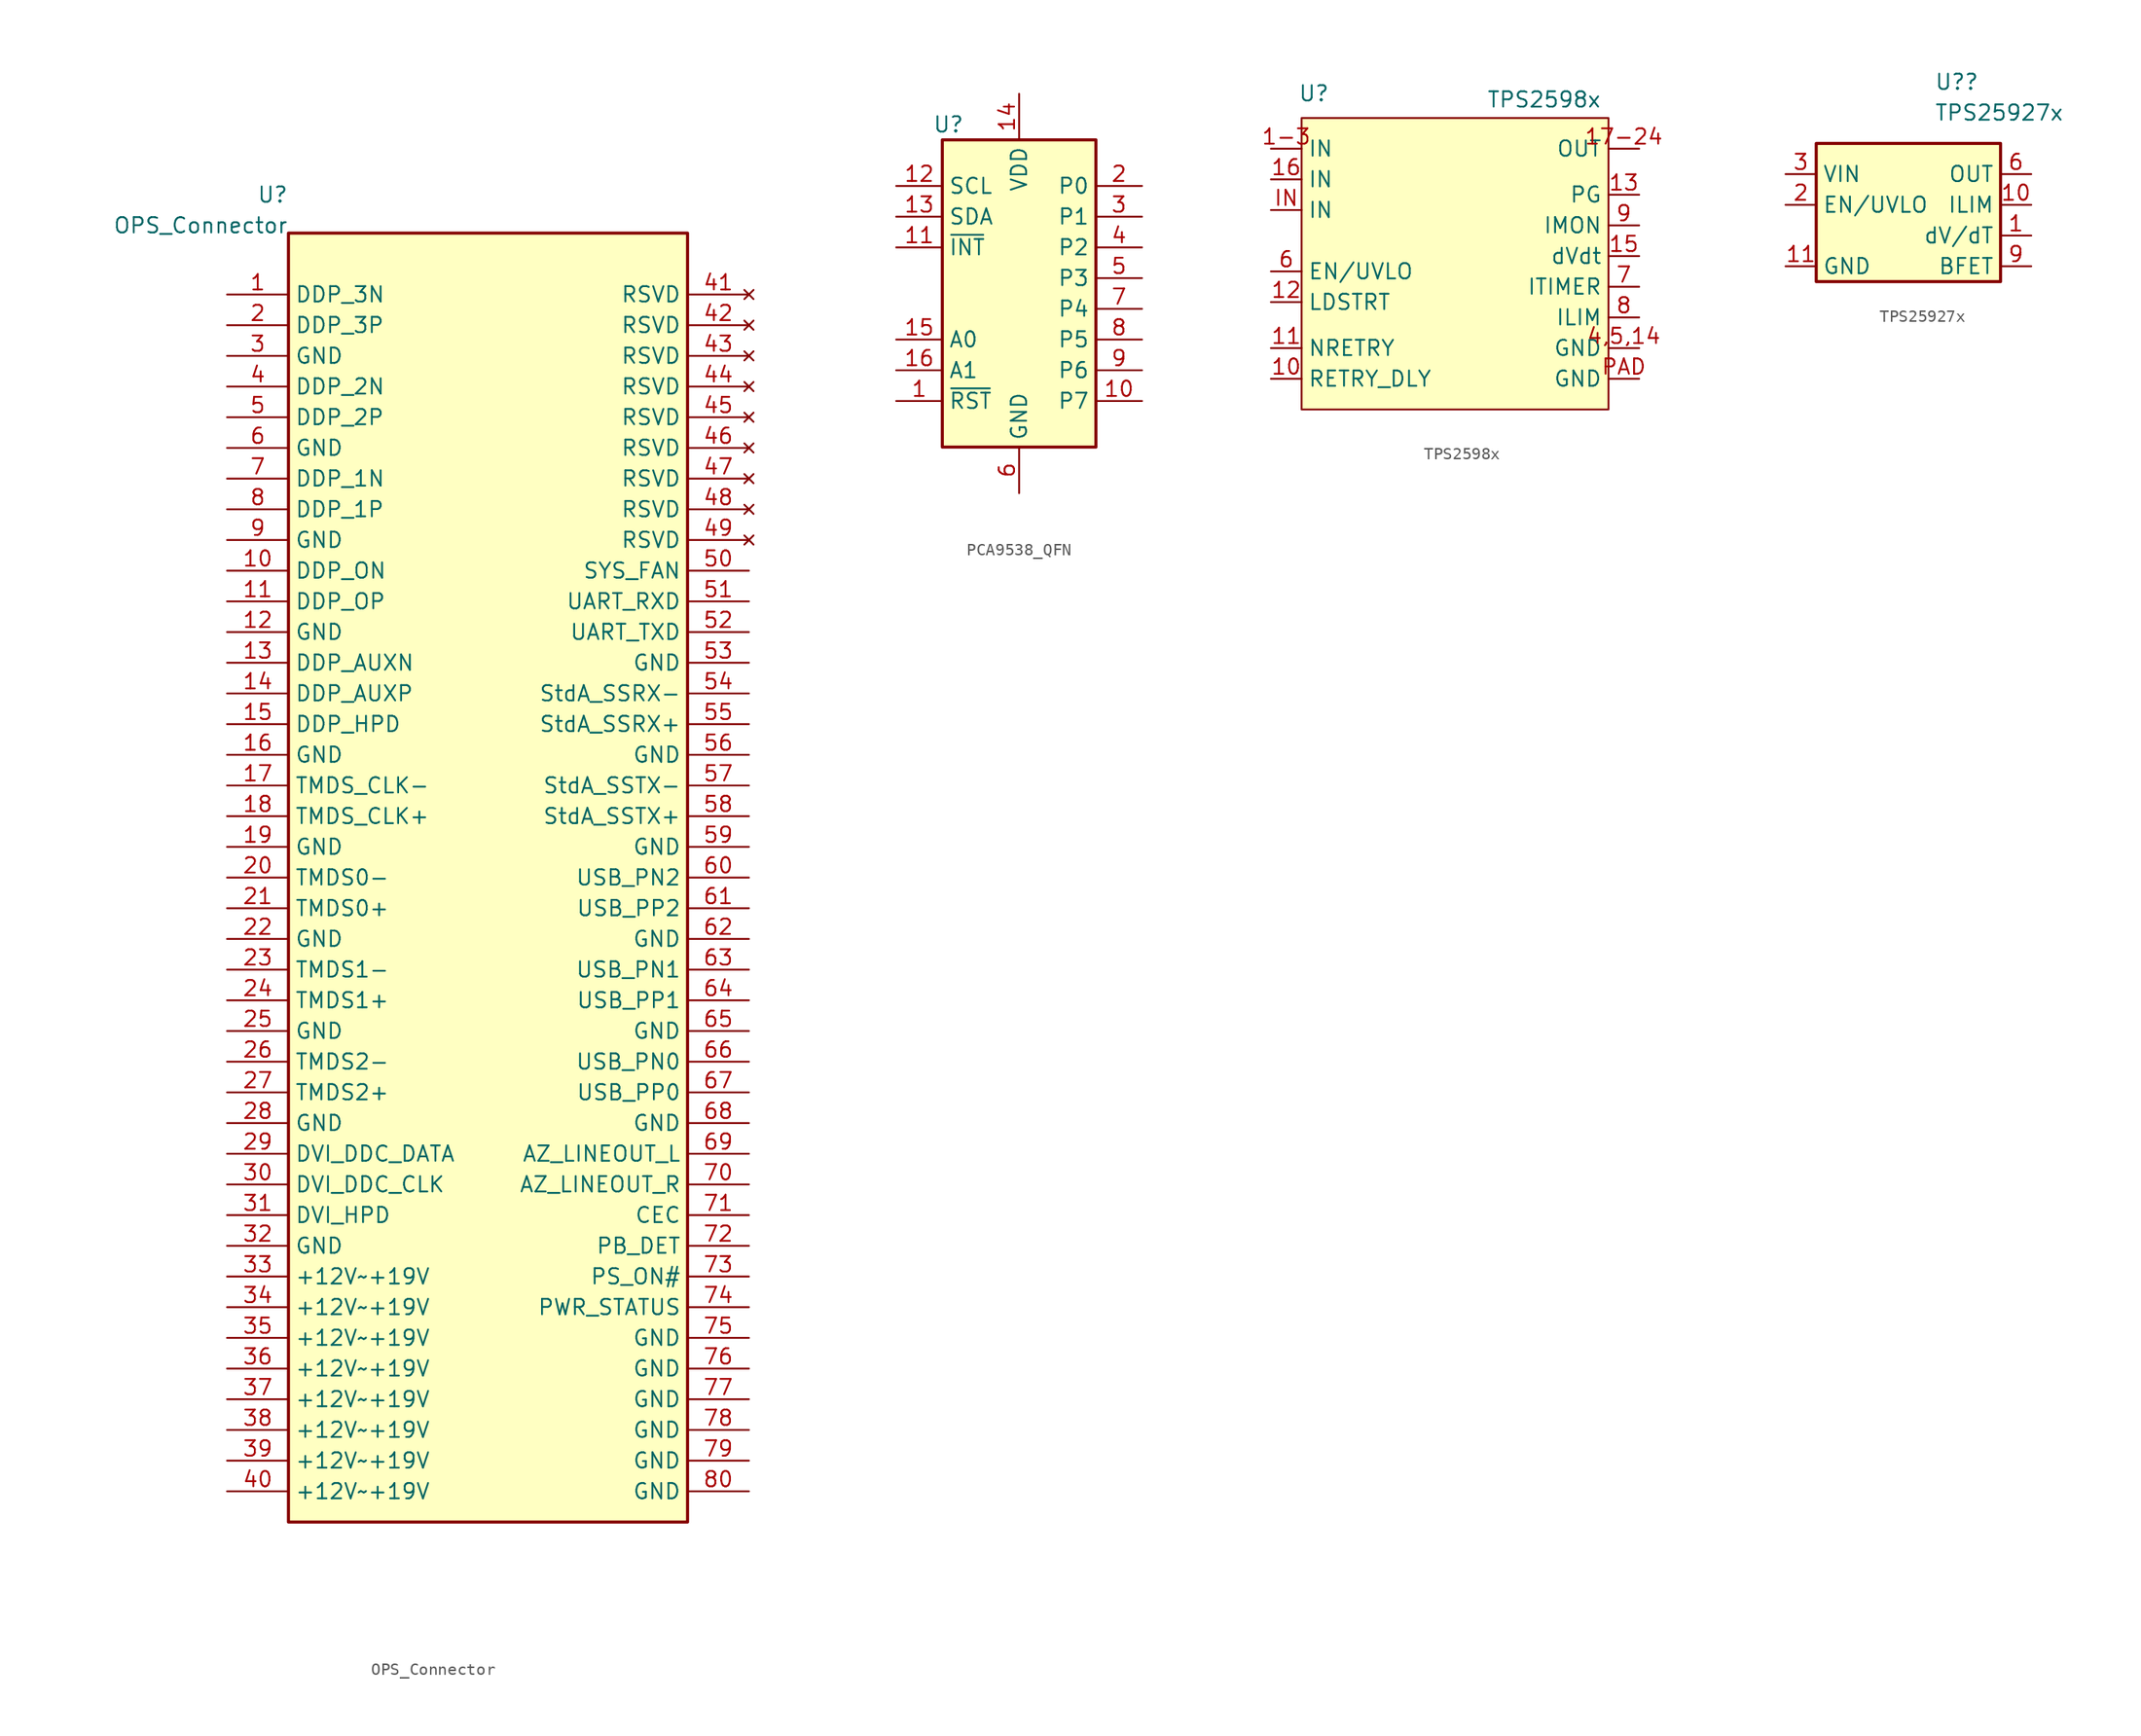
<source format=kicad_sym>
(kicad_symbol_lib
  (version 20241209)
  (generator "kicad_symbol_editor")
  (generator_version "9.0")
  (symbol "OPS_Connector"
    (property "Reference" "U"
      (at -16.51 56.515 0)
      (effects (font (size 1.27 1.27)) (justify right)))
    (property "Value" "OPS_Connector"
      (at -16.51 53.975 0)
      (effects (font (size 1.27 1.27)) (justify right)))
    (property "ki_locked" ""
      (at 0 0 0)
      (effects (font (size 1.27 1.27))))
    (symbol "OPS_Connector_1_1"
      (rectangle (start -16.51 -53.34) (end 16.51 53.34) (stroke (width 0.254) (type solid)) (fill (type background)))
      (pin output line (at -21.59 48.26 0) (length 5.08) (name "DDP_3N" (effects (font (size 1.27 1.27)))) (number "1" (effects (font (size 1.27 1.27)))))
      (pin output line (at -21.59 45.72 0) (length 5.08) (name "DDP_3P" (effects (font (size 1.27 1.27)))) (number "2" (effects (font (size 1.27 1.27)))))
      (pin power_in line (at -21.59 43.18 0) (length 5.08) (name "GND" (effects (font (size 1.27 1.27)))) (number "3" (effects (font (size 1.27 1.27)))))
      (pin output line (at -21.59 40.64 0) (length 5.08) (name "DDP_2N" (effects (font (size 1.27 1.27)))) (number "4" (effects (font (size 1.27 1.27)))))
      (pin output line (at -21.59 38.1 0) (length 5.08) (name "DDP_2P" (effects (font (size 1.27 1.27)))) (number "5" (effects (font (size 1.27 1.27)))))
      (pin power_in line (at -21.59 35.56 0) (length 5.08) (name "GND" (effects (font (size 1.27 1.27)))) (number "6" (effects (font (size 1.27 1.27)))))
      (pin output line (at -21.59 33.02 0) (length 5.08) (name "DDP_1N" (effects (font (size 1.27 1.27)))) (number "7" (effects (font (size 1.27 1.27)))))
      (pin output line (at -21.59 30.48 0) (length 5.08) (name "DDP_1P" (effects (font (size 1.27 1.27)))) (number "8" (effects (font (size 1.27 1.27)))))
      (pin power_in line (at -21.59 27.94 0) (length 5.08) (name "GND" (effects (font (size 1.27 1.27)))) (number "9" (effects (font (size 1.27 1.27)))))
      (pin output line (at -21.59 25.4 0) (length 5.08) (name "DDP_ON" (effects (font (size 1.27 1.27)))) (number "10" (effects (font (size 1.27 1.27)))))
      (pin output line (at -21.59 22.86 0) (length 5.08) (name "DDP_OP" (effects (font (size 1.27 1.27)))) (number "11" (effects (font (size 1.27 1.27)))))
      (pin power_in line (at -21.59 20.32 0) (length 5.08) (name "GND" (effects (font (size 1.27 1.27)))) (number "12" (effects (font (size 1.27 1.27)))))
      (pin bidirectional line (at -21.59 17.78 0) (length 5.08) (name "DDP_AUXN" (effects (font (size 1.27 1.27)))) (number "13" (effects (font (size 1.27 1.27)))))
      (pin bidirectional line (at -21.59 15.24 0) (length 5.08) (name "DDP_AUXP" (effects (font (size 1.27 1.27)))) (number "14" (effects (font (size 1.27 1.27)))))
      (pin input line (at -21.59 12.7 0) (length 5.08) (name "DDP_HPD" (effects (font (size 1.27 1.27)))) (number "15" (effects (font (size 1.27 1.27)))))
      (pin power_in line (at -21.59 10.16 0) (length 5.08) (name "GND" (effects (font (size 1.27 1.27)))) (number "16" (effects (font (size 1.27 1.27)))))
      (pin output line (at -21.59 7.62 0) (length 5.08) (name "TMDS_CLK-" (effects (font (size 1.27 1.27)))) (number "17" (effects (font (size 1.27 1.27)))))
      (pin output line (at -21.59 5.08 0) (length 5.08) (name "TMDS_CLK+" (effects (font (size 1.27 1.27)))) (number "18" (effects (font (size 1.27 1.27)))))
      (pin power_in line (at -21.59 2.54 0) (length 5.08) (name "GND" (effects (font (size 1.27 1.27)))) (number "19" (effects (font (size 1.27 1.27)))))
      (pin output line (at -21.59 0 0) (length 5.08) (name "TMDS0-" (effects (font (size 1.27 1.27)))) (number "20" (effects (font (size 1.27 1.27)))))
      (pin output line (at -21.59 -2.54 0) (length 5.08) (name "TMDS0+" (effects (font (size 1.27 1.27)))) (number "21" (effects (font (size 1.27 1.27)))))
      (pin power_in line (at -21.59 -5.08 0) (length 5.08) (name "GND" (effects (font (size 1.27 1.27)))) (number "22" (effects (font (size 1.27 1.27)))))
      (pin output line (at -21.59 -7.62 0) (length 5.08) (name "TMDS1-" (effects (font (size 1.27 1.27)))) (number "23" (effects (font (size 1.27 1.27)))))
      (pin output line (at -21.59 -10.16 0) (length 5.08) (name "TMDS1+" (effects (font (size 1.27 1.27)))) (number "24" (effects (font (size 1.27 1.27)))))
      (pin power_in line (at -21.59 -12.7 0) (length 5.08) (name "GND" (effects (font (size 1.27 1.27)))) (number "25" (effects (font (size 1.27 1.27)))))
      (pin output line (at -21.59 -15.24 0) (length 5.08) (name "TMDS2-" (effects (font (size 1.27 1.27)))) (number "26" (effects (font (size 1.27 1.27)))))
      (pin output line (at -21.59 -17.78 0) (length 5.08) (name "TMDS2+" (effects (font (size 1.27 1.27)))) (number "27" (effects (font (size 1.27 1.27)))))
      (pin power_in line (at -21.59 -20.32 0) (length 5.08) (name "GND" (effects (font (size 1.27 1.27)))) (number "28" (effects (font (size 1.27 1.27)))))
      (pin bidirectional line (at -21.59 -22.86 0) (length 5.08) (name "DVI_DDC_DATA" (effects (font (size 1.27 1.27)))) (number "29" (effects (font (size 1.27 1.27)))))
      (pin bidirectional line (at -21.59 -25.4 0) (length 5.08) (name "DVI_DDC_CLK" (effects (font (size 1.27 1.27)))) (number "30" (effects (font (size 1.27 1.27)))))
      (pin input line (at -21.59 -27.94 0) (length 5.08) (name "DVI_HPD" (effects (font (size 1.27 1.27)))) (number "31" (effects (font (size 1.27 1.27)))))
      (pin power_in line (at -21.59 -30.48 0) (length 5.08) (name "GND" (effects (font (size 1.27 1.27)))) (number "32" (effects (font (size 1.27 1.27)))))
      (pin power_out line (at -21.59 -33.02 0) (length 5.08) (name "+12V~+19V" (effects (font (size 1.27 1.27)))) (number "33" (effects (font (size 1.27 1.27)))))
      (pin power_out line (at -21.59 -35.56 0) (length 5.08) (name "+12V~+19V" (effects (font (size 1.27 1.27)))) (number "34" (effects (font (size 1.27 1.27)))))
      (pin power_out line (at -21.59 -38.1 0) (length 5.08) (name "+12V~+19V" (effects (font (size 1.27 1.27)))) (number "35" (effects (font (size 1.27 1.27)))))
      (pin power_out line (at -21.59 -40.64 0) (length 5.08) (name "+12V~+19V" (effects (font (size 1.27 1.27)))) (number "36" (effects (font (size 1.27 1.27)))))
      (pin power_out line (at -21.59 -43.18 0) (length 5.08) (name "+12V~+19V" (effects (font (size 1.27 1.27)))) (number "37" (effects (font (size 1.27 1.27)))))
      (pin power_out line (at -21.59 -45.72 0) (length 5.08) (name "+12V~+19V" (effects (font (size 1.27 1.27)))) (number "38" (effects (font (size 1.27 1.27)))))
      (pin power_out line (at -21.59 -48.26 0) (length 5.08) (name "+12V~+19V" (effects (font (size 1.27 1.27)))) (number "39" (effects (font (size 1.27 1.27)))))
      (pin power_out line (at -21.59 -50.8 0) (length 5.08) (name "+12V~+19V" (effects (font (size 1.27 1.27)))) (number "40" (effects (font (size 1.27 1.27)))))
      (pin no_connect line (at 21.59 48.26 180) (length 5.08) (name "RSVD" (effects (font (size 1.27 1.27)))) (number "41" (effects (font (size 1.27 1.27)))))
      (pin no_connect line (at 21.59 45.72 180) (length 5.08) (name "RSVD" (effects (font (size 1.27 1.27)))) (number "42" (effects (font (size 1.27 1.27)))))
      (pin no_connect line (at 21.59 43.18 180) (length 5.08) (name "RSVD" (effects (font (size 1.27 1.27)))) (number "43" (effects (font (size 1.27 1.27)))))
      (pin no_connect line (at 21.59 40.64 180) (length 5.08) (name "RSVD" (effects (font (size 1.27 1.27)))) (number "44" (effects (font (size 1.27 1.27)))))
      (pin no_connect line (at 21.59 38.1 180) (length 5.08) (name "RSVD" (effects (font (size 1.27 1.27)))) (number "45" (effects (font (size 1.27 1.27)))))
      (pin no_connect line (at 21.59 35.56 180) (length 5.08) (name "RSVD" (effects (font (size 1.27 1.27)))) (number "46" (effects (font (size 1.27 1.27)))))
      (pin no_connect line (at 21.59 33.02 180) (length 5.08) (name "RSVD" (effects (font (size 1.27 1.27)))) (number "47" (effects (font (size 1.27 1.27)))))
      (pin no_connect line (at 21.59 30.48 180) (length 5.08) (name "RSVD" (effects (font (size 1.27 1.27)))) (number "48" (effects (font (size 1.27 1.27)))))
      (pin no_connect line (at 21.59 27.94 180) (length 5.08) (name "RSVD" (effects (font (size 1.27 1.27)))) (number "49" (effects (font (size 1.27 1.27)))))
      (pin output line (at 21.59 25.4 180) (length 5.08) (name "SYS_FAN" (effects (font (size 1.27 1.27)))) (number "50" (effects (font (size 1.27 1.27)))))
      (pin input line (at 21.59 22.86 180) (length 5.08) (name "UART_RXD" (effects (font (size 1.27 1.27)))) (number "51" (effects (font (size 1.27 1.27)))))
      (pin output line (at 21.59 20.32 180) (length 5.08) (name "UART_TXD" (effects (font (size 1.27 1.27)))) (number "52" (effects (font (size 1.27 1.27)))))
      (pin power_in line (at 21.59 17.78 180) (length 5.08) (name "GND" (effects (font (size 1.27 1.27)))) (number "53" (effects (font (size 1.27 1.27)))))
      (pin input line (at 21.59 15.24 180) (length 5.08) (name "StdA_SSRX-" (effects (font (size 1.27 1.27)))) (number "54" (effects (font (size 1.27 1.27)))))
      (pin input line (at 21.59 12.7 180) (length 5.08) (name "StdA_SSRX+" (effects (font (size 1.27 1.27)))) (number "55" (effects (font (size 1.27 1.27)))))
      (pin power_in line (at 21.59 10.16 180) (length 5.08) (name "GND" (effects (font (size 1.27 1.27)))) (number "56" (effects (font (size 1.27 1.27)))))
      (pin output line (at 21.59 7.62 180) (length 5.08) (name "StdA_SSTX-" (effects (font (size 1.27 1.27)))) (number "57" (effects (font (size 1.27 1.27)))))
      (pin output line (at 21.59 5.08 180) (length 5.08) (name "StdA_SSTX+" (effects (font (size 1.27 1.27)))) (number "58" (effects (font (size 1.27 1.27)))))
      (pin power_in line (at 21.59 2.54 180) (length 5.08) (name "GND" (effects (font (size 1.27 1.27)))) (number "59" (effects (font (size 1.27 1.27)))))
      (pin bidirectional line (at 21.59 0 180) (length 5.08) (name "USB_PN2" (effects (font (size 1.27 1.27)))) (number "60" (effects (font (size 1.27 1.27)))))
      (pin bidirectional line (at 21.59 -2.54 180) (length 5.08) (name "USB_PP2" (effects (font (size 1.27 1.27)))) (number "61" (effects (font (size 1.27 1.27)))))
      (pin power_in line (at 21.59 -5.08 180) (length 5.08) (name "GND" (effects (font (size 1.27 1.27)))) (number "62" (effects (font (size 1.27 1.27)))))
      (pin bidirectional line (at 21.59 -7.62 180) (length 5.08) (name "USB_PN1" (effects (font (size 1.27 1.27)))) (number "63" (effects (font (size 1.27 1.27)))))
      (pin bidirectional line (at 21.59 -10.16 180) (length 5.08) (name "USB_PP1" (effects (font (size 1.27 1.27)))) (number "64" (effects (font (size 1.27 1.27)))))
      (pin power_in line (at 21.59 -12.7 180) (length 5.08) (name "GND" (effects (font (size 1.27 1.27)))) (number "65" (effects (font (size 1.27 1.27)))))
      (pin bidirectional line (at 21.59 -15.24 180) (length 5.08) (name "USB_PN0" (effects (font (size 1.27 1.27)))) (number "66" (effects (font (size 1.27 1.27)))))
      (pin bidirectional line (at 21.59 -17.78 180) (length 5.08) (name "USB_PP0" (effects (font (size 1.27 1.27)))) (number "67" (effects (font (size 1.27 1.27)))))
      (pin power_in line (at 21.59 -20.32 180) (length 5.08) (name "GND" (effects (font (size 1.27 1.27)))) (number "68" (effects (font (size 1.27 1.27)))))
      (pin output line (at 21.59 -22.86 180) (length 5.08) (name "AZ_LINEOUT_L" (effects (font (size 1.27 1.27)))) (number "69" (effects (font (size 1.27 1.27)))))
      (pin output line (at 21.59 -25.4 180) (length 5.08) (name "AZ_LINEOUT_R" (effects (font (size 1.27 1.27)))) (number "70" (effects (font (size 1.27 1.27)))))
      (pin bidirectional line (at 21.59 -27.94 180) (length 5.08) (name "CEC" (effects (font (size 1.27 1.27)))) (number "71" (effects (font (size 1.27 1.27)))))
      (pin output line (at 21.59 -30.48 180) (length 5.08) (name "PB_DET" (effects (font (size 1.27 1.27)))) (number "72" (effects (font (size 1.27 1.27)))))
      (pin input line (at 21.59 -33.02 180) (length 5.08) (name "PS_ON#" (effects (font (size 1.27 1.27)))) (number "73" (effects (font (size 1.27 1.27)))))
      (pin output line (at 21.59 -35.56 180) (length 5.08) (name "PWR_STATUS" (effects (font (size 1.27 1.27)))) (number "74" (effects (font (size 1.27 1.27)))))
      (pin power_in line (at 21.59 -38.1 180) (length 5.08) (name "GND" (effects (font (size 1.27 1.27)))) (number "75" (effects (font (size 1.27 1.27)))))
      (pin power_in line (at 21.59 -40.64 180) (length 5.08) (name "GND" (effects (font (size 1.27 1.27)))) (number "76" (effects (font (size 1.27 1.27)))))
      (pin power_in line (at 21.59 -43.18 180) (length 5.08) (name "GND" (effects (font (size 1.27 1.27)))) (number "77" (effects (font (size 1.27 1.27)))))
      (pin power_in line (at 21.59 -45.72 180) (length 5.08) (name "GND" (effects (font (size 1.27 1.27)))) (number "78" (effects (font (size 1.27 1.27)))))
      (pin power_in line (at 21.59 -48.26 180) (length 5.08) (name "GND" (effects (font (size 1.27 1.27)))) (number "79" (effects (font (size 1.27 1.27)))))
      (pin power_in line (at 21.59 -50.8 180) (length 5.08) (name "GND" (effects (font (size 1.27 1.27)))) (number "80" (effects (font (size 1.27 1.27)))))))
  (symbol "PCA9538_QFN"
    (property "Reference" "U"
      (at -5.842 13.97 0)
      (effects (font (size 1.27 1.27))))
    (property "Value" ""
      (at 0 0 0)
      (effects (font (size 1.27 1.27))))
    (symbol "PCA9538_QFN_0_1"
      (rectangle (start -6.35 -12.7) (end 6.35 12.7) (stroke (width 0.254) (type default)) (fill (type background))))
    (symbol "PCA9538_QFN_1_1"
      (pin input line (at -10.16 8.89 0) (length 3.81) (name "SCL" (effects (font (size 1.27 1.27)))) (number "12" (effects (font (size 1.27 1.27)))))
      (pin bidirectional line (at -10.16 6.35 0) (length 3.81) (name "SDA" (effects (font (size 1.27 1.27)))) (number "13" (effects (font (size 1.27 1.27)))))
      (pin open_collector line (at -10.16 3.81 0) (length 3.81) (name "~{INT}" (effects (font (size 1.27 1.27)))) (number "11" (effects (font (size 1.27 1.27)))))
      (pin input line (at -10.16 -3.81 0) (length 3.81) (name "A0" (effects (font (size 1.27 1.27)))) (number "15" (effects (font (size 1.27 1.27)))))
      (pin input line (at -10.16 -6.35 0) (length 3.81) (name "A1" (effects (font (size 1.27 1.27)))) (number "16" (effects (font (size 1.27 1.27)))))
      (pin input line (at -10.16 -8.89 0) (length 3.81) (name "~{RST}" (effects (font (size 1.27 1.27)))) (number "1" (effects (font (size 1.27 1.27)))))
      (pin power_in line (at 0 16.51 270) (length 3.81) (name "VDD" (effects (font (size 1.27 1.27)))) (number "14" (effects (font (size 1.27 1.27)))))
      (pin power_in line (at 0 -16.51 90) (length 3.81) (name "GND" (effects (font (size 1.27 1.27)))) (number "6" (effects (font (size 1.27 1.27)))))
      (pin bidirectional line (at 10.16 8.89 180) (length 3.81) (name "P0" (effects (font (size 1.27 1.27)))) (number "2" (effects (font (size 1.27 1.27)))))
      (pin bidirectional line (at 10.16 6.35 180) (length 3.81) (name "P1" (effects (font (size 1.27 1.27)))) (number "3" (effects (font (size 1.27 1.27)))))
      (pin bidirectional line (at 10.16 3.81 180) (length 3.81) (name "P2" (effects (font (size 1.27 1.27)))) (number "4" (effects (font (size 1.27 1.27)))))
      (pin bidirectional line (at 10.16 1.27 180) (length 3.81) (name "P3" (effects (font (size 1.27 1.27)))) (number "5" (effects (font (size 1.27 1.27)))))
      (pin bidirectional line (at 10.16 -1.27 180) (length 3.81) (name "P4" (effects (font (size 1.27 1.27)))) (number "7" (effects (font (size 1.27 1.27)))))
      (pin bidirectional line (at 10.16 -3.81 180) (length 3.81) (name "P5" (effects (font (size 1.27 1.27)))) (number "8" (effects (font (size 1.27 1.27)))))
      (pin bidirectional line (at 10.16 -6.35 180) (length 3.81) (name "P6" (effects (font (size 1.27 1.27)))) (number "9" (effects (font (size 1.27 1.27)))))
      (pin bidirectional line (at 10.16 -8.89 180) (length 3.81) (name "P7" (effects (font (size 1.27 1.27)))) (number "10" (effects (font (size 1.27 1.27)))))))
  (symbol "TPS2598x"
    (property "Reference" "U"
      (at 1.016 0.762 0)
      (effects (font (size 1.27 1.27))))
    (property "Value" "TPS2598x"
      (at 20.066 0.254 0)
      (effects (font (size 1.27 1.27))))
    (symbol "TPS2598x_1_1"
      (rectangle (start 0 -1.27) (end 25.4 -25.4) (stroke (width 0) (type solid)) (fill (type background)))
      (pin power_in line (at -2.54 -3.81 0) (length 2.54) (name "IN" (effects (font (size 1.27 1.27)))) (number "1-3" (effects (font (size 1.27 1.27)))))
      (pin power_in line (at -2.54 -6.35 0) (length 2.54) (name "IN" (effects (font (size 1.27 1.27)))) (number "16" (effects (font (size 1.27 1.27)))))
      (pin power_in line (at -2.54 -8.89 0) (length 2.54) (name "IN" (effects (font (size 1.27 1.27)))) (number "IN" (effects (font (size 1.27 1.27)))))
      (pin input line (at -2.54 -13.97 0) (length 2.54) (name "EN/UVLO" (effects (font (size 1.27 1.27)))) (number "6" (effects (font (size 1.27 1.27)))))
      (pin input line (at -2.54 -16.51 0) (length 2.54) (name "LDSTRT" (effects (font (size 1.27 1.27)))) (number "12" (effects (font (size 1.27 1.27)))))
      (pin input line (at -2.54 -20.32 0) (length 2.54) (name "NRETRY" (effects (font (size 1.27 1.27)))) (number "11" (effects (font (size 1.27 1.27)))))
      (pin input line (at -2.54 -22.86 0) (length 2.54) (name "RETRY_DLY" (effects (font (size 1.27 1.27)))) (number "10" (effects (font (size 1.27 1.27)))))
      (pin power_out line (at 27.94 -3.81 180) (length 2.54) (name "OUT" (effects (font (size 1.27 1.27)))) (number "17-24" (effects (font (size 1.27 1.27)))))
      (pin output line (at 27.94 -7.62 180) (length 2.54) (name "PG" (effects (font (size 1.27 1.27)))) (number "13" (effects (font (size 1.27 1.27)))))
      (pin output line (at 27.94 -10.16 180) (length 2.54) (name "IMON" (effects (font (size 1.27 1.27)))) (number "9" (effects (font (size 1.27 1.27)))))
      (pin passive line (at 27.94 -12.7 180) (length 2.54) (name "dVdt" (effects (font (size 1.27 1.27)))) (number "15" (effects (font (size 1.27 1.27)))))
      (pin passive line (at 27.94 -15.24 180) (length 2.54) (name "ITIMER" (effects (font (size 1.27 1.27)))) (number "7" (effects (font (size 1.27 1.27)))))
      (pin passive line (at 27.94 -17.78 180) (length 2.54) (name "ILIM" (effects (font (size 1.27 1.27)))) (number "8" (effects (font (size 1.27 1.27)))))
      (pin passive line (at 27.94 -20.32 180) (length 2.54) (name "GND" (effects (font (size 1.27 1.27)))) (number "4,5,14" (effects (font (size 1.27 1.27)))))
      (pin passive line (at 27.94 -22.86 180) (length 2.54) (name "GND" (effects (font (size 1.27 1.27)))) (number "PAD" (effects (font (size 1.27 1.27)))))))
  (symbol "TPS25927x"
    (property "Reference" "U?"
      (at 2.143 10.16 0)
      (effects (font (size 1.27 1.27)) (justify left)))
    (property "Value" "TPS25927x"
      (at 2.143 7.62 0)
      (effects (font (size 1.27 1.27)) (justify left)))
    (symbol "TPS25927x_0_1"
      (rectangle (start -7.62 5.08) (end 7.62 -6.35) (stroke (width 0.254) (type default)) (fill (type background))))
    (symbol "TPS25927x_1_1"
      (pin power_in line (at -10.16 2.54 0) (length 2.54) (name "VIN" (effects (font (size 1.27 1.27)))) (number "3" (effects (font (size 1.27 1.27)))))
      (pin passive line (at -10.16 2.54 0) (length 2.54) (hide yes) (name "VIN" (effects (font (size 1.27 1.27)))) (number "4" (effects (font (size 1.27 1.27)))))
      (pin passive line (at -10.16 2.54 0) (length 2.54) (hide yes) (name "VIN" (effects (font (size 1.27 1.27)))) (number "5" (effects (font (size 1.27 1.27)))))
      (pin input line (at -10.16 0 0) (length 2.54) (name "EN/UVLO" (effects (font (size 1.27 1.27)))) (number "2" (effects (font (size 1.27 1.27)))))
      (pin power_in line (at -10.16 -5.08 0) (length 2.54) (name "GND" (effects (font (size 1.27 1.27)))) (number "11" (effects (font (size 1.27 1.27)))))
      (pin power_out line (at 10.16 2.54 180) (length 2.54) (name "OUT" (effects (font (size 1.27 1.27)))) (number "6" (effects (font (size 1.27 1.27)))))
      (pin passive line (at 10.16 2.54 180) (length 2.54) (hide yes) (name "OUT" (effects (font (size 1.27 1.27)))) (number "7" (effects (font (size 1.27 1.27)))))
      (pin passive line (at 10.16 2.54 180) (length 2.54) (hide yes) (name "OUT" (effects (font (size 1.27 1.27)))) (number "8" (effects (font (size 1.27 1.27)))))
      (pin output line (at 10.16 0 180) (length 2.54) (name "ILIM" (effects (font (size 1.27 1.27)))) (number "10" (effects (font (size 1.27 1.27)))))
      (pin output line (at 10.16 -2.54 180) (length 2.54) (name "dV/dT" (effects (font (size 1.27 1.27)))) (number "1" (effects (font (size 1.27 1.27)))))
      (pin output line (at 10.16 -5.08 180) (length 2.54) (name "BFET" (effects (font (size 1.27 1.27)))) (number "9" (effects (font (size 1.27 1.27))))))))
</source>
